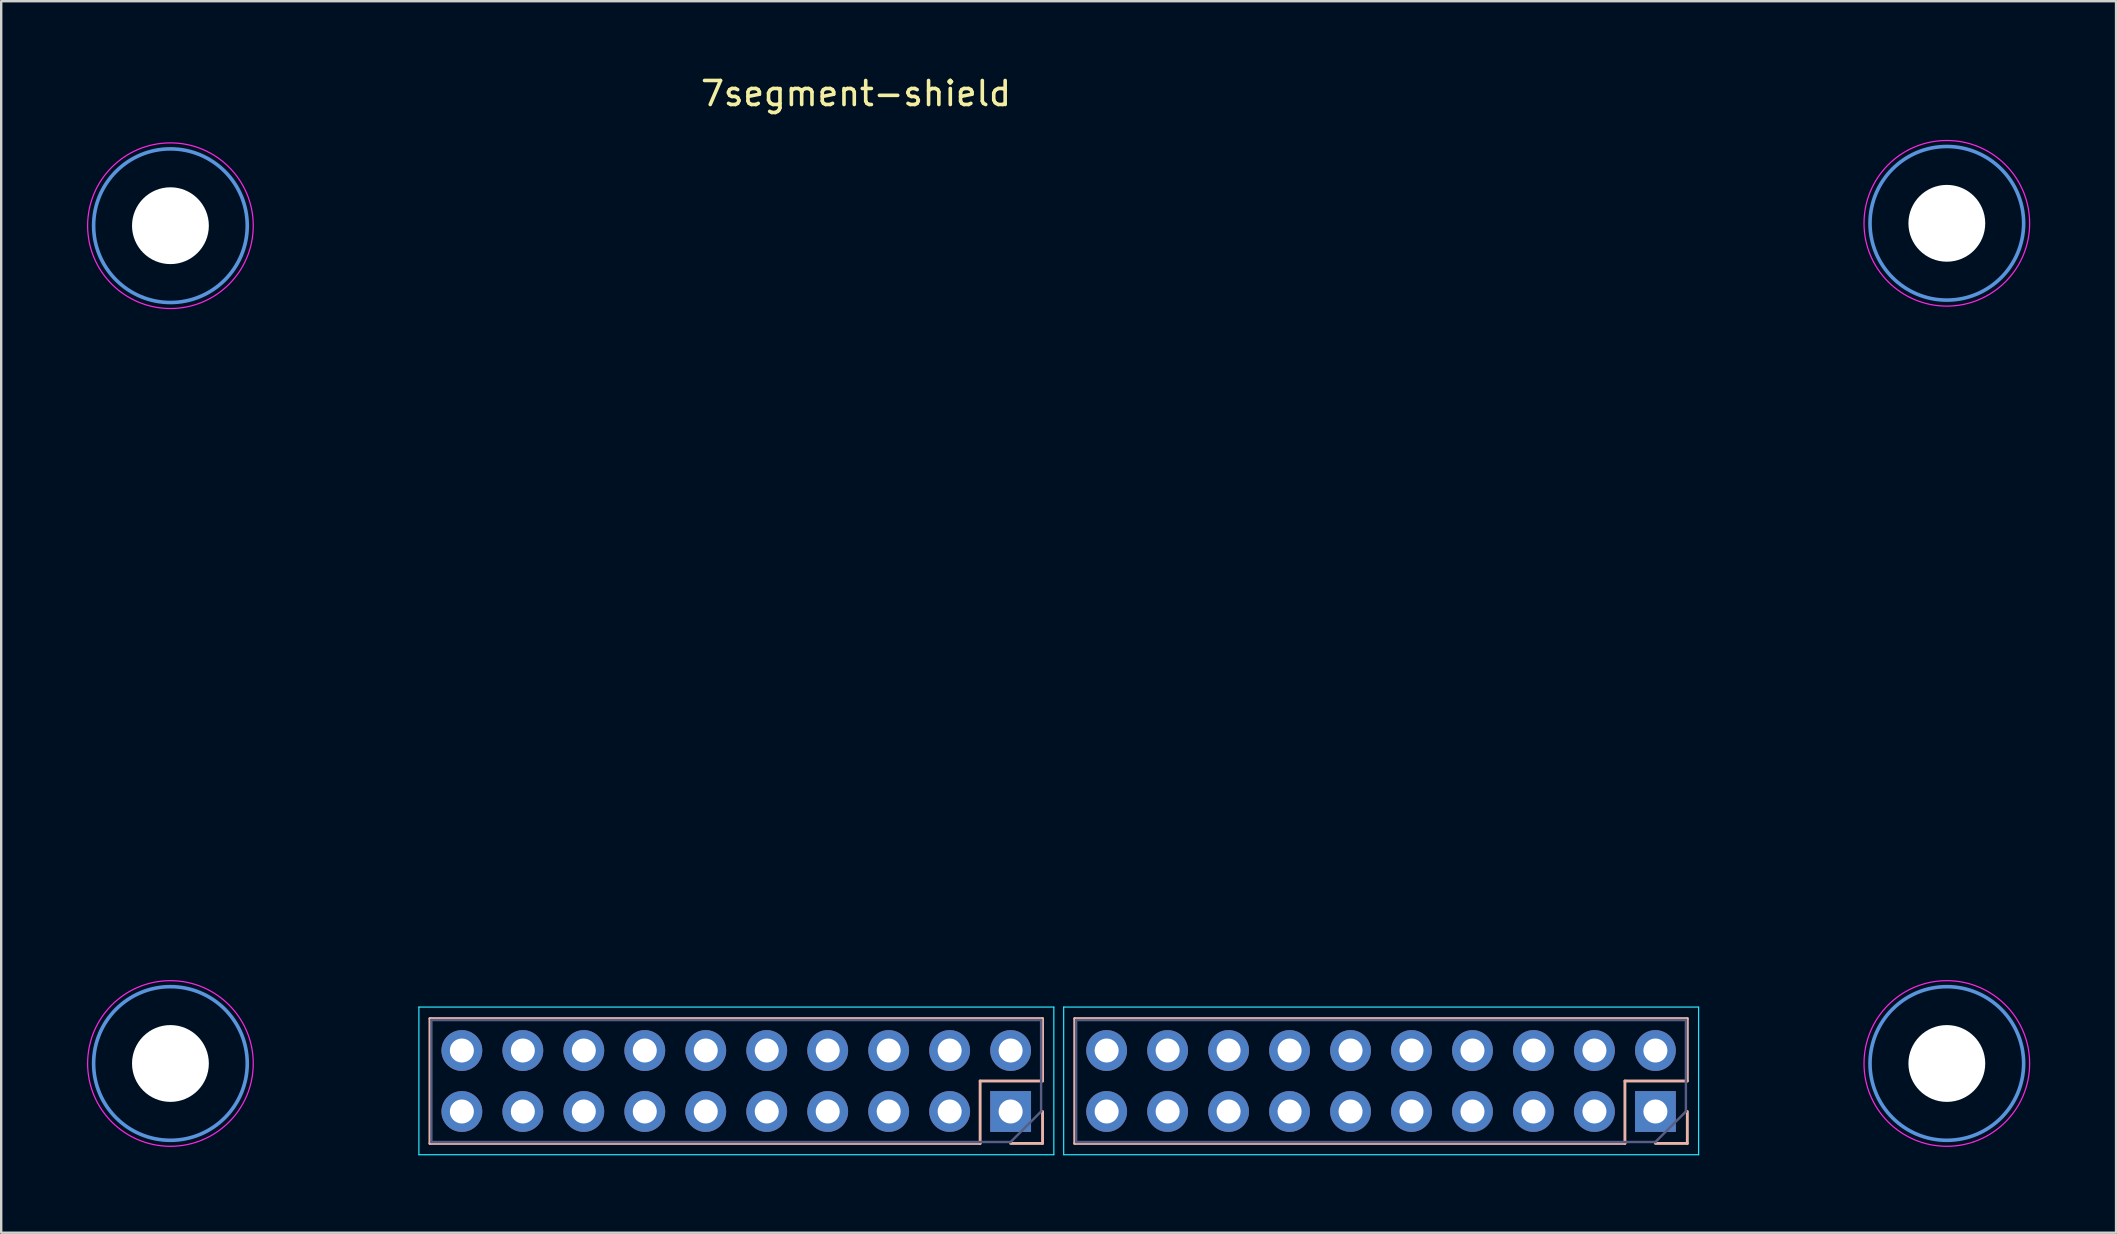
<source format=kicad_pcb>
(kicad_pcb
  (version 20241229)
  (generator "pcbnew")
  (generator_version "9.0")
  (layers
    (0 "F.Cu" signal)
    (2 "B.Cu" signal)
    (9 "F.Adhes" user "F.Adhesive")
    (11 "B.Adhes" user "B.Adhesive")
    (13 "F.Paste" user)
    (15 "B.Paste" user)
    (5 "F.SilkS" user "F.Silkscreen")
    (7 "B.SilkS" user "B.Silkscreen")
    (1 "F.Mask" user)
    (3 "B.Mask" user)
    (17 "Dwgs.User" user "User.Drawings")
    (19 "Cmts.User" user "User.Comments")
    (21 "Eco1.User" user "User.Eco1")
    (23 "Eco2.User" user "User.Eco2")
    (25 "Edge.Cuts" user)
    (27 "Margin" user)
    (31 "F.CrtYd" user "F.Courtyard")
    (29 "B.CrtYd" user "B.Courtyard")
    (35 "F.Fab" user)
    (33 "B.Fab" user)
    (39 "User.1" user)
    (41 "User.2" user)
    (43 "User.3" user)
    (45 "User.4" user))
  (footprint "7segment-shield"
    (layer "F.Cu")
    (at 41.008 24.648)
    (property "Reference" "7segment-shield" (at -8.4 -23.8 0) (unlocked yes) (layer "F.SilkS") (effects (font (size 1 1) (thickness 0.15))))
    (fp_line (start -26.148 19.934) (end -26.148 14.734) (stroke (width 0.12) (type solid)) (layer "B.SilkS"))
    (fp_line (start -3.228 17.334) (end -0.628 17.334) (stroke (width 0.12) (type solid)) (layer "B.SilkS"))
    (fp_line (start -3.228 19.934) (end -26.148 19.934) (stroke (width 0.12) (type solid)) (layer "B.SilkS"))
    (fp_line (start -3.228 19.934) (end -3.228 17.334) (stroke (width 0.12) (type solid)) (layer "B.SilkS"))
    (fp_line (start -1.958 19.934) (end -0.628 19.934) (stroke (width 0.12) (type solid)) (layer "B.SilkS"))
    (fp_line (start -0.628 14.734) (end -26.148 14.734) (stroke (width 0.12) (type solid)) (layer "B.SilkS"))
    (fp_line (start -0.628 17.334) (end -0.628 14.734) (stroke (width 0.12) (type solid)) (layer "B.SilkS"))
    (fp_line (start -0.628 19.934) (end -0.628 18.604) (stroke (width 0.12) (type solid)) (layer "B.SilkS"))
    (fp_line (start 0.712 19.934) (end 0.712 14.734) (stroke (width 0.12) (type solid)) (layer "B.SilkS"))
    (fp_line (start 23.632 17.334) (end 26.232 17.334) (stroke (width 0.12) (type solid)) (layer "B.SilkS"))
    (fp_line (start 23.632 19.934) (end 0.712 19.934) (stroke (width 0.12) (type solid)) (layer "B.SilkS"))
    (fp_line (start 23.632 19.934) (end 23.632 17.334) (stroke (width 0.12) (type solid)) (layer "B.SilkS"))
    (fp_line (start 24.902 19.934) (end 26.232 19.934) (stroke (width 0.12) (type solid)) (layer "B.SilkS"))
    (fp_line (start 26.232 14.734) (end 0.712 14.734) (stroke (width 0.12) (type solid)) (layer "B.SilkS"))
    (fp_line (start 26.232 17.334) (end 26.232 14.734) (stroke (width 0.12) (type solid)) (layer "B.SilkS"))
    (fp_line (start 26.232 19.934) (end 26.232 18.604) (stroke (width 0.12) (type solid)) (layer "B.SilkS"))
    (fp_circle (center -36.958 -18.296) (end -33.758 -18.296) (stroke (width 0.15) (type solid)) (fill no) (layer "Cmts.User"))
    (fp_circle (center -36.958 16.604) (end -33.758 16.604) (stroke (width 0.15) (type solid)) (fill no) (layer "Cmts.User"))
    (fp_circle (center 37.042 -18.396) (end 40.242 -18.396) (stroke (width 0.15) (type solid)) (fill no) (layer "Cmts.User"))
    (fp_circle (center 37.042 16.604) (end 40.242 16.604) (stroke (width 0.15) (type solid)) (fill no) (layer "Cmts.User"))
    (fp_line (start -26.608 14.254) (end -0.158 14.254) (stroke (width 0.05) (type solid)) (layer "B.CrtYd"))
    (fp_line (start -26.608 20.404) (end -26.608 14.254) (stroke (width 0.05) (type solid)) (layer "B.CrtYd"))
    (fp_line (start -0.158 14.254) (end -0.158 20.404) (stroke (width 0.05) (type solid)) (layer "B.CrtYd"))
    (fp_line (start -0.158 20.404) (end -26.608 20.404) (stroke (width 0.05) (type solid)) (layer "B.CrtYd"))
    (fp_line (start 0.252 14.254) (end 26.702 14.254) (stroke (width 0.05) (type solid)) (layer "B.CrtYd"))
    (fp_line (start 0.252 20.404) (end 0.252 14.254) (stroke (width 0.05) (type solid)) (layer "B.CrtYd"))
    (fp_line (start 26.702 14.254) (end 26.702 20.404) (stroke (width 0.05) (type solid)) (layer "B.CrtYd"))
    (fp_line (start 26.702 20.404) (end 0.252 20.404) (stroke (width 0.05) (type solid)) (layer "B.CrtYd"))
    (fp_circle (center -36.958 -18.296) (end -33.508 -18.296) (stroke (width 0.05) (type solid)) (fill no) (layer "F.CrtYd"))
    (fp_circle (center -36.958 16.604) (end -33.508 16.604) (stroke (width 0.05) (type solid)) (fill no) (layer "F.CrtYd"))
    (fp_circle (center 37.042 -18.396) (end 40.492 -18.396) (stroke (width 0.05) (type solid)) (fill no) (layer "F.CrtYd"))
    (fp_circle (center 37.042 16.604) (end 40.492 16.604) (stroke (width 0.05) (type solid)) (fill no) (layer "F.CrtYd"))
    (fp_line (start -26.088 14.794) (end -26.088 19.874) (stroke (width 0.1) (type solid)) (layer "B.Fab"))
    (fp_line (start -26.088 19.874) (end -1.958 19.874) (stroke (width 0.1) (type solid)) (layer "B.Fab"))
    (fp_line (start -1.958 19.874) (end -0.688 18.604) (stroke (width 0.1) (type solid)) (layer "B.Fab"))
    (fp_line (start -0.688 14.794) (end -26.088 14.794) (stroke (width 0.1) (type solid)) (layer "B.Fab"))
    (fp_line (start -0.688 18.604) (end -0.688 14.794) (stroke (width 0.1) (type solid)) (layer "B.Fab"))
    (fp_line (start 0.772 14.794) (end 0.772 19.874) (stroke (width 0.1) (type solid)) (layer "B.Fab"))
    (fp_line (start 0.772 19.874) (end 24.902 19.874) (stroke (width 0.1) (type solid)) (layer "B.Fab"))
    (fp_line (start 24.902 19.874) (end 26.172 18.604) (stroke (width 0.1) (type solid)) (layer "B.Fab"))
    (fp_line (start 26.172 14.794) (end 0.772 14.794) (stroke (width 0.1) (type solid)) (layer "B.Fab"))
    (fp_line (start 26.172 18.604) (end 26.172 14.794) (stroke (width 0.1) (type solid)) (layer "B.Fab"))
    (fp_line (start -40.958 -17.396) (end -40.958 15.604) (stroke (width 0.1) (type solid)) (layer "User.1"))
    (fp_line (start -35.958 20.604) (end 36.042 20.604) (stroke (width 0.1) (type solid)) (layer "User.1"))
    (fp_line (start 36.042 -22.396) (end -35.958 -22.396) (stroke (width 0.1) (type solid)) (layer "User.1"))
    (fp_line (start 41.042 15.604) (end 41.042 -17.396) (stroke (width 0.1) (type solid)) (layer "User.1"))
    (fp_arc (start -40.958413 -17.396172) (mid -39.493947 -20.931706) (end -35.958413 -22.396172) (stroke (width 0.1) (type solid)) (layer "User.1"))
    (fp_arc (start -35.958413 20.603828) (mid -39.493947 19.139362) (end -40.958413 15.603828) (stroke (width 0.1) (type solid)) (layer "User.1"))
    (fp_arc (start 36.041587 -22.396172) (mid 39.577121 -20.931706) (end 41.041587 -17.396172) (stroke (width 0.1) (type solid)) (layer "User.1"))
    (fp_arc (start 41.041587 15.603828) (mid 39.577121 19.139362) (end 36.041587 20.603828) (stroke (width 0.1) (type solid)) (layer "User.1"))
    (pad "" np_thru_hole circle (at -36.958 -18.296) (size 3.2 3.2) (drill 3.2) (layers "*.Cu" "*.Mask"))
    (pad "" np_thru_hole circle (at -36.958 16.604) (size 3.2 3.2) (drill 3.2) (layers "*.Cu" "*.Mask"))
    (pad "" np_thru_hole circle (at 37.042 -18.396) (size 3.2 3.2) (drill 3.2) (layers "*.Cu" "*.Mask"))
    (pad "" np_thru_hole circle (at 37.042 16.604) (size 3.2 3.2) (drill 3.2) (layers "*.Cu" "*.Mask"))
    (pad "1" thru_hole rect (at -1.958 18.604 90) (size 1.7 1.7) (drill 1) (layers "*.Cu" "*.Mask"))
    (pad "1" thru_hole rect (at 24.902 18.604 90) (size 1.7 1.7) (drill 1) (layers "*.Cu" "*.Mask"))
    (pad "2" thru_hole oval (at -1.958 16.064 90) (size 1.7 1.7) (drill 1) (layers "*.Cu" "*.Mask"))
    (pad "2" thru_hole oval (at 24.902 16.064 90) (size 1.7 1.7) (drill 1) (layers "*.Cu" "*.Mask"))
    (pad "3" thru_hole oval (at -4.498 18.604 90) (size 1.7 1.7) (drill 1) (layers "*.Cu" "*.Mask"))
    (pad "3" thru_hole oval (at 22.362 18.604 90) (size 1.7 1.7) (drill 1) (layers "*.Cu" "*.Mask"))
    (pad "4" thru_hole oval (at -4.498 16.064 90) (size 1.7 1.7) (drill 1) (layers "*.Cu" "*.Mask"))
    (pad "4" thru_hole oval (at 22.362 16.064 90) (size 1.7 1.7) (drill 1) (layers "*.Cu" "*.Mask"))
    (pad "5" thru_hole oval (at -7.038 18.604 90) (size 1.7 1.7) (drill 1) (layers "*.Cu" "*.Mask"))
    (pad "5" thru_hole oval (at 19.822 18.604 90) (size 1.7 1.7) (drill 1) (layers "*.Cu" "*.Mask"))
    (pad "6" thru_hole oval (at -7.038 16.064 90) (size 1.7 1.7) (drill 1) (layers "*.Cu" "*.Mask"))
    (pad "6" thru_hole oval (at 19.822 16.064 90) (size 1.7 1.7) (drill 1) (layers "*.Cu" "*.Mask"))
    (pad "7" thru_hole oval (at -9.578 18.604 90) (size 1.7 1.7) (drill 1) (layers "*.Cu" "*.Mask"))
    (pad "7" thru_hole oval (at 17.282 18.604 90) (size 1.7 1.7) (drill 1) (layers "*.Cu" "*.Mask"))
    (pad "8" thru_hole oval (at -9.578 16.064 90) (size 1.7 1.7) (drill 1) (layers "*.Cu" "*.Mask"))
    (pad "8" thru_hole oval (at 17.282 16.064 90) (size 1.7 1.7) (drill 1) (layers "*.Cu" "*.Mask"))
    (pad "9" thru_hole oval (at -12.118 18.604 90) (size 1.7 1.7) (drill 1) (layers "*.Cu" "*.Mask"))
    (pad "9" thru_hole oval (at 14.742 18.604 90) (size 1.7 1.7) (drill 1) (layers "*.Cu" "*.Mask"))
    (pad "10" thru_hole oval (at -12.118 16.064 90) (size 1.7 1.7) (drill 1) (layers "*.Cu" "*.Mask"))
    (pad "10" thru_hole oval (at 14.742 16.064 90) (size 1.7 1.7) (drill 1) (layers "*.Cu" "*.Mask"))
    (pad "11" thru_hole oval (at -14.658 18.604 90) (size 1.7 1.7) (drill 1) (layers "*.Cu" "*.Mask"))
    (pad "11" thru_hole oval (at 12.202 18.604 90) (size 1.7 1.7) (drill 1) (layers "*.Cu" "*.Mask"))
    (pad "12" thru_hole oval (at -14.658 16.064 90) (size 1.7 1.7) (drill 1) (layers "*.Cu" "*.Mask"))
    (pad "12" thru_hole oval (at 12.202 16.064 90) (size 1.7 1.7) (drill 1) (layers "*.Cu" "*.Mask"))
    (pad "13" thru_hole oval (at -17.198 18.604 90) (size 1.7 1.7) (drill 1) (layers "*.Cu" "*.Mask"))
    (pad "13" thru_hole oval (at 9.662 18.604 90) (size 1.7 1.7) (drill 1) (layers "*.Cu" "*.Mask"))
    (pad "14" thru_hole oval (at -17.198 16.064 90) (size 1.7 1.7) (drill 1) (layers "*.Cu" "*.Mask"))
    (pad "14" thru_hole oval (at 9.662 16.064 90) (size 1.7 1.7) (drill 1) (layers "*.Cu" "*.Mask"))
    (pad "15" thru_hole oval (at -19.738 18.604 90) (size 1.7 1.7) (drill 1) (layers "*.Cu" "*.Mask"))
    (pad "15" thru_hole oval (at 7.122 18.604 90) (size 1.7 1.7) (drill 1) (layers "*.Cu" "*.Mask"))
    (pad "16" thru_hole oval (at -19.738 16.064 90) (size 1.7 1.7) (drill 1) (layers "*.Cu" "*.Mask"))
    (pad "16" thru_hole oval (at 7.122 16.064 90) (size 1.7 1.7) (drill 1) (layers "*.Cu" "*.Mask"))
    (pad "17" thru_hole oval (at -22.278 18.604 90) (size 1.7 1.7) (drill 1) (layers "*.Cu" "*.Mask"))
    (pad "17" thru_hole oval (at 4.582 18.604 90) (size 1.7 1.7) (drill 1) (layers "*.Cu" "*.Mask"))
    (pad "18" thru_hole oval (at -22.278 16.064 90) (size 1.7 1.7) (drill 1) (layers "*.Cu" "*.Mask"))
    (pad "18" thru_hole oval (at 4.582 16.064 90) (size 1.7 1.7) (drill 1) (layers "*.Cu" "*.Mask"))
    (pad "19" thru_hole oval (at -24.818 18.604 90) (size 1.7 1.7) (drill 1) (layers "*.Cu" "*.Mask"))
    (pad "19" thru_hole oval (at 2.042 18.604 90) (size 1.7 1.7) (drill 1) (layers "*.Cu" "*.Mask"))
    (pad "20" thru_hole oval (at -24.818 16.064 90) (size 1.7 1.7) (drill 1) (layers "*.Cu" "*.Mask"))
    (pad "20" thru_hole oval (at 2.042 16.064 90) (size 1.7 1.7) (drill 1) (layers "*.Cu" "*.Mask")))
  (gr_rect
    (start -3 -3)
    (end 85.1 48.302)
    (stroke (width 0.1) (type default))
    (fill no)
    (layer "Edge.Cuts")))
</source>
